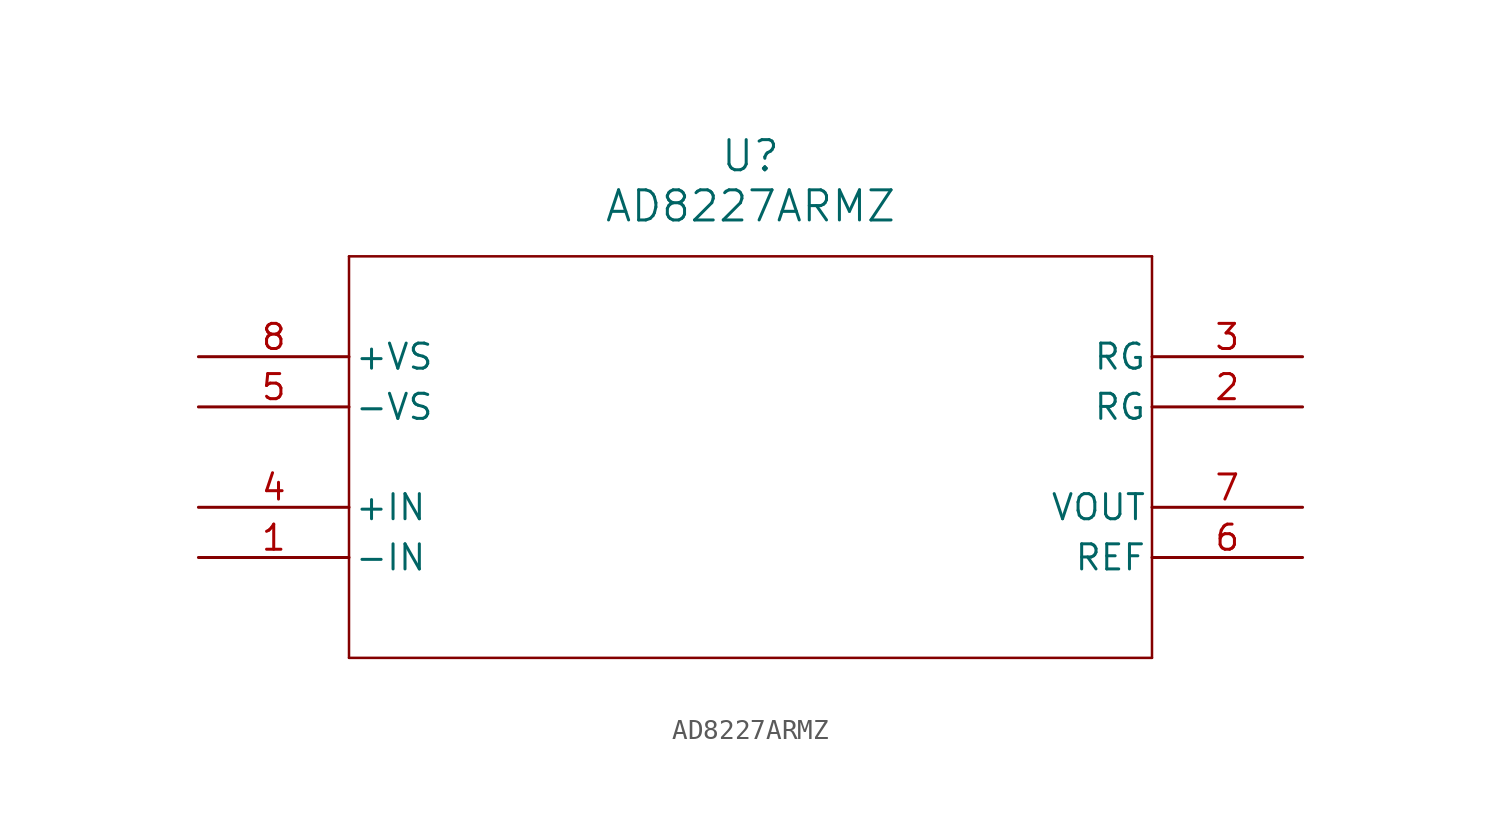
<source format=kicad_sym>
(kicad_symbol_lib
  (version 20211014)
  (generator kicad_symbol_editor)
  (symbol "AD8227ARMZ"
    (pin_names
      (offset 0.254))
    (property "Reference" "U"
      (at 27.94 10.16 0)
      (effects (font (size 1.524 1.524))))
    (property "Value" "AD8227ARMZ"
      (at 27.94 7.62 0)
      (effects (font (size 1.524 1.524))))
    (symbol "AD8227ARMZ_0_1"
      (polyline (pts (xy 7.62 5.08) (xy 7.62 -15.24)) (stroke (width 0.127) (type default) (color 0 0 0 0)) (fill (type none)))
      (polyline (pts (xy 7.62 -15.24) (xy 48.26 -15.24)) (stroke (width 0.127) (type default) (color 0 0 0 0)) (fill (type none)))
      (polyline (pts (xy 48.26 -15.24) (xy 48.26 5.08)) (stroke (width 0.127) (type default) (color 0 0 0 0)) (fill (type none)))
      (polyline (pts (xy 48.26 5.08) (xy 7.62 5.08)) (stroke (width 0.127) (type default) (color 0 0 0 0)) (fill (type none)))
      (pin input line (at 0 -7.62 0) (length 7.62) (name "+IN" (effects (font (size 1.27 1.27)))) (number "4" (effects (font (size 1.27 1.27)))))
      (pin power_in line (at 0 0 0) (length 7.62) (name "+VS" (effects (font (size 1.27 1.27)))) (number "8" (effects (font (size 1.27 1.27)))))
      (pin input line (at 0 -10.16 0) (length 7.62) (name "-IN" (effects (font (size 1.27 1.27)))) (number "1" (effects (font (size 1.27 1.27)))))
      (pin output line (at 55.88 -10.16 180) (length 7.62) (name "REF" (effects (font (size 1.27 1.27)))) (number "6" (effects (font (size 1.27 1.27)))))
      (pin unspecified line (at 55.88 -2.54 180) (length 7.62) (name "RG" (effects (font (size 1.27 1.27)))) (number "2" (effects (font (size 1.27 1.27)))))
      (pin unspecified line (at 55.88 0 180) (length 7.62) (name "RG" (effects (font (size 1.27 1.27)))) (number "3" (effects (font (size 1.27 1.27)))))
      (pin output line (at 55.88 -7.62 180) (length 7.62) (name "VOUT" (effects (font (size 1.27 1.27)))) (number "7" (effects (font (size 1.27 1.27)))))
      (pin power_in line (at 0 -2.54 0) (length 7.62) (name "-VS" (effects (font (size 1.27 1.27)))) (number "5" (effects (font (size 1.27 1.27))))))))
</source>
